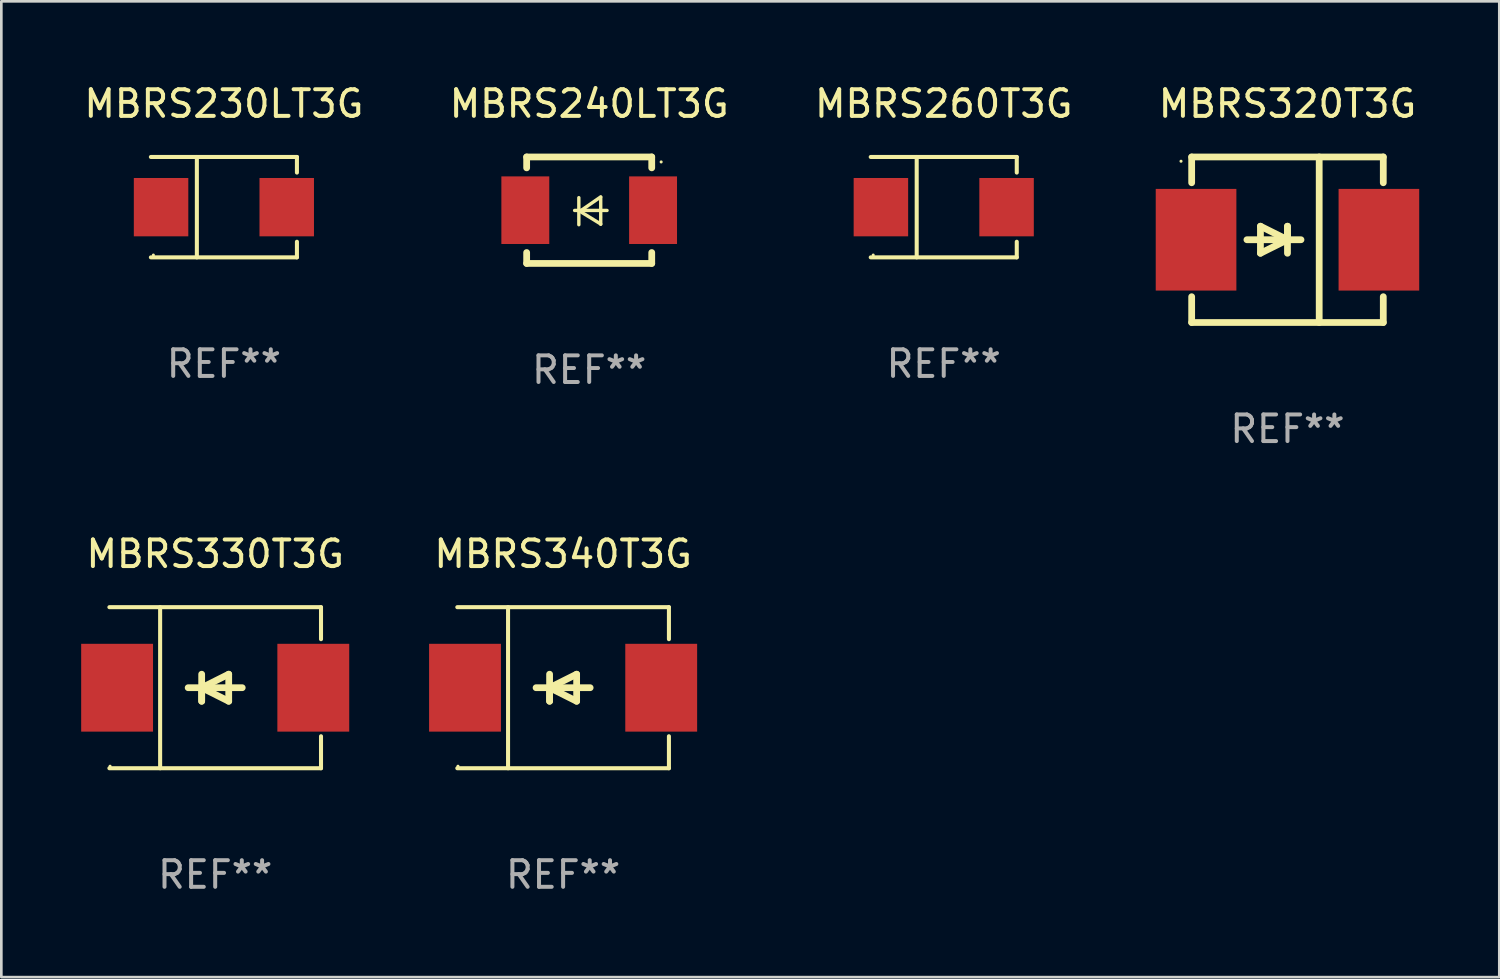
<source format=kicad_pcb>
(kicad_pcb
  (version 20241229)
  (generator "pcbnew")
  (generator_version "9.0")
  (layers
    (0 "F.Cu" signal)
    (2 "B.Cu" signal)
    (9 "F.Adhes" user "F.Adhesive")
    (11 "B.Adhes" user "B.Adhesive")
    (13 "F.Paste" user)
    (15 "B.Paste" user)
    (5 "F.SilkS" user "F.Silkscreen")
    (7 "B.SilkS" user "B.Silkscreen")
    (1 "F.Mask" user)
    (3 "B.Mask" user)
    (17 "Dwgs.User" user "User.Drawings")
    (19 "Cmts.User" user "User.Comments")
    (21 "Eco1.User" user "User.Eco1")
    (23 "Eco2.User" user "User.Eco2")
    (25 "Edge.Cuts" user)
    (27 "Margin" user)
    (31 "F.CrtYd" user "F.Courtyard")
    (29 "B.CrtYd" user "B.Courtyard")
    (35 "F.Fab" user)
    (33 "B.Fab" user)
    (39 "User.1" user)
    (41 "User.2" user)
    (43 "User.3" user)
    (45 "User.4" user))
  (footprint "MBRS320T3G"
    (layer "F.Cu")
    (at 45.327 5.958)
    (property "Reference" "MBRS320T3G" (at 0 -5.11 0) (layer "F.SilkS") (effects (font (size 1 1) (thickness 0.15))))
    (attr through_hole)
    (fp_line (start -3.6 -2.141) (end -3.6 -3.11) (stroke (width 0.254) (type solid)) (layer "F.SilkS"))
    (fp_line (start -3.6 3.11) (end -3.6 2.141) (stroke (width 0.254) (type solid)) (layer "F.SilkS"))
    (fp_line (start -1.524 0) (end 0.508 0) (stroke (width 0.254) (type solid)) (layer "F.SilkS"))
    (fp_line (start -1.016 -0.508) (end -1.016 0.508) (stroke (width 0.254) (type solid)) (layer "F.SilkS"))
    (fp_line (start -1.016 0.508) (end 0 0) (stroke (width 0.254) (type solid)) (layer "F.SilkS"))
    (fp_line (start 0 -0.508) (end 0 0.508) (stroke (width 0.254) (type solid)) (layer "F.SilkS"))
    (fp_line (start 0 0) (end -1.016 -0.508) (stroke (width 0.254) (type solid)) (layer "F.SilkS"))
    (fp_line (start 0 0) (end 0 -0.508) (stroke (width 0.254) (type solid)) (layer "F.SilkS"))
    (fp_line (start 1.192 3.11) (end 1.192 -3.11) (stroke (width 0.254) (type solid)) (layer "F.SilkS"))
    (fp_line (start 3.6 -3.11) (end -3.6 -3.11) (stroke (width 0.254) (type solid)) (layer "F.SilkS"))
    (fp_line (start 3.6 -2.141) (end 3.6 -3.11) (stroke (width 0.254) (type solid)) (layer "F.SilkS"))
    (fp_line (start 3.6 3.11) (end -3.6 3.11) (stroke (width 0.254) (type solid)) (layer "F.SilkS"))
    (fp_line (start 3.6 3.11) (end 3.6 2.141) (stroke (width 0.254) (type solid)) (layer "F.SilkS"))
    (fp_circle (center -4 -2.95) (end -3.97 -2.95) (stroke (width 0.06) (type solid)) (fill no) (layer "F.SilkS"))
    (fp_text user "REF**" (at 0 7.11 0) (layer "F.Fab") (effects (font (size 1 1) (thickness 0.15))))
    (pad "1" smd rect (at -3.435 0) (size 3.03 3.82) (layers "F.Cu" "F.Mask" "F.Paste"))
    (pad "2" smd rect (at 3.435 0) (size 3.03 3.82) (layers "F.Cu" "F.Mask" "F.Paste")))
  (footprint "MBRS260T3G"
    (layer "F.Cu")
    (at 32.411 4.734)
    (property "Reference" "MBRS260T3G" (at 0 -3.886 0) (layer "F.SilkS") (effects (font (size 1 1) (thickness 0.15))))
    (attr through_hole)
    (fp_line (start -2.744 -1.886) (end 2.744 -1.886) (stroke (width 0.152) (type solid)) (layer "F.SilkS"))
    (fp_line (start -2.744 1.886) (end 2.744 1.886) (stroke (width 0.152) (type solid)) (layer "F.SilkS"))
    (fp_line (start -1.016 -1.886) (end -1.016 1.886) (stroke (width 0.152) (type solid)) (layer "F.SilkS"))
    (fp_line (start 2.744 -1.886) (end 2.744 -1.299) (stroke (width 0.152) (type solid)) (layer "F.SilkS"))
    (fp_line (start 2.744 1.886) (end 2.744 1.299) (stroke (width 0.152) (type solid)) (layer "F.SilkS"))
    (fp_circle (center -2.65 1.8) (end -2.62 1.8) (stroke (width 0.06) (type solid)) (fill no) (layer "F.SilkS"))
    (fp_text user "REF**" (at 0 5.886 0) (layer "F.Fab") (effects (font (size 1 1) (thickness 0.15))))
    (pad "1" smd rect (at -2.361 0) (size 2.047 2.192) (layers "F.Cu" "F.Mask" "F.Paste"))
    (pad "2" smd rect (at 2.361 0) (size 2.047 2.192) (layers "F.Cu" "F.Mask" "F.Paste")))
  (footprint "MBRS330T3G"
    (layer "F.Cu")
    (at 5.036 22.791)
    (property "Reference" "MBRS330T3G" (at 0 -5.026 0) (layer "F.SilkS") (effects (font (size 1 1) (thickness 0.15))))
    (attr through_hole)
    (fp_line (start -3.976 -3.026) (end 3.976 -3.026) (stroke (width 0.152) (type solid)) (layer "F.SilkS"))
    (fp_line (start -3.976 3.026) (end 3.976 3.026) (stroke (width 0.152) (type solid)) (layer "F.SilkS"))
    (fp_line (start -2.069 -3.026) (end -2.069 3.026) (stroke (width 0.152) (type solid)) (layer "F.SilkS"))
    (fp_line (start -0.508 0) (end -0.508 0.508) (stroke (width 0.254) (type solid)) (layer "F.SilkS"))
    (fp_line (start -0.508 0) (end 0.508 0.508) (stroke (width 0.254) (type solid)) (layer "F.SilkS"))
    (fp_line (start -0.508 0.508) (end -0.508 -0.508) (stroke (width 0.254) (type solid)) (layer "F.SilkS"))
    (fp_line (start 0.508 -0.508) (end -0.508 0) (stroke (width 0.254) (type solid)) (layer "F.SilkS"))
    (fp_line (start 0.508 0.508) (end 0.508 -0.508) (stroke (width 0.254) (type solid)) (layer "F.SilkS"))
    (fp_line (start 1.016 0) (end -1.016 0) (stroke (width 0.254) (type solid)) (layer "F.SilkS"))
    (fp_line (start 3.976 -3.026) (end 3.976 -1.823) (stroke (width 0.152) (type solid)) (layer "F.SilkS"))
    (fp_line (start 3.976 3.026) (end 3.976 1.823) (stroke (width 0.152) (type solid)) (layer "F.SilkS"))
    (fp_circle (center -3.95 2.95) (end -3.92 2.95) (stroke (width 0.06) (type solid)) (fill no) (layer "F.SilkS"))
    (fp_text user "REF**" (at 0 7.026 0) (layer "F.Fab") (effects (font (size 1 1) (thickness 0.15))))
    (pad "1" smd rect (at -3.686 0) (size 2.7 3.3) (layers "F.Cu" "F.Mask" "F.Paste"))
    (pad "2" smd rect (at 3.686 0) (size 2.7 3.3) (layers "F.Cu" "F.Mask" "F.Paste")))
  (footprint "MBRS240LT3G"
    (layer "F.Cu")
    (at 19.089 4.848)
    (property "Reference" "MBRS240LT3G" (at 0 -4 0) (layer "F.SilkS") (effects (font (size 1 1) (thickness 0.15))))
    (attr through_hole)
    (fp_line (start -2.35 -2) (end -2.35 -1.591) (stroke (width 0.254) (type solid)) (layer "F.SilkS"))
    (fp_line (start -2.35 -2) (end 2.35 -2) (stroke (width 0.254) (type solid)) (layer "F.SilkS"))
    (fp_line (start -2.35 1.591) (end -2.35 2) (stroke (width 0.254) (type solid)) (layer "F.SilkS"))
    (fp_line (start -2.35 2) (end 2.35 2) (stroke (width 0.254) (type solid)) (layer "F.SilkS"))
    (fp_line (start -0.548 0.01) (end 0.671 0.01) (stroke (width 0.127) (type solid)) (layer "F.SilkS"))
    (fp_line (start -0.389 -0.47) (end -0.389 0.546) (stroke (width 0.127) (type solid)) (layer "F.SilkS"))
    (fp_line (start -0.35 0.04) (end 0.433 0.52) (stroke (width 0.127) (type solid)) (layer "F.SilkS"))
    (fp_line (start 0.433 -0.5) (end -0.35 0.04) (stroke (width 0.127) (type solid)) (layer "F.SilkS"))
    (fp_line (start 0.433 0.53) (end 0.433 -0.486) (stroke (width 0.127) (type solid)) (layer "F.SilkS"))
    (fp_line (start 2.35 -2) (end 2.35 -1.591) (stroke (width 0.254) (type solid)) (layer "F.SilkS"))
    (fp_line (start 2.35 1.591) (end 2.35 2) (stroke (width 0.254) (type solid)) (layer "F.SilkS"))
    (fp_circle (center 2.704 -1.813) (end 2.734 -1.813) (stroke (width 0.06) (type solid)) (fill no) (layer "F.SilkS"))
    (fp_text user "REF**" (at 0 6 0) (layer "F.Fab") (effects (font (size 1 1) (thickness 0.15))))
    (pad "1" smd rect (at 2.4 0) (size 1.8 2.54) (layers "F.Cu" "F.Mask" "F.Paste"))
    (pad "2" smd rect (at -2.4 0) (size 1.8 2.54) (layers "F.Cu" "F.Mask" "F.Paste")))
  (footprint "MBRS230LT3G"
    (layer "F.Cu")
    (at 5.363 4.734)
    (property "Reference" "MBRS230LT3G" (at 0 -3.886 0) (layer "F.SilkS") (effects (font (size 1 1) (thickness 0.15))))
    (attr through_hole)
    (fp_line (start -2.744 -1.886) (end 2.744 -1.886) (stroke (width 0.152) (type solid)) (layer "F.SilkS"))
    (fp_line (start -2.744 1.886) (end 2.744 1.886) (stroke (width 0.152) (type solid)) (layer "F.SilkS"))
    (fp_line (start -1.016 -1.886) (end -1.016 1.886) (stroke (width 0.152) (type solid)) (layer "F.SilkS"))
    (fp_line (start 2.744 -1.886) (end 2.744 -1.299) (stroke (width 0.152) (type solid)) (layer "F.SilkS"))
    (fp_line (start 2.744 1.886) (end 2.744 1.299) (stroke (width 0.152) (type solid)) (layer "F.SilkS"))
    (fp_circle (center -2.65 1.8) (end -2.62 1.8) (stroke (width 0.06) (type solid)) (fill no) (layer "F.SilkS"))
    (fp_text user "REF**" (at 0 5.886 0) (layer "F.Fab") (effects (font (size 1 1) (thickness 0.15))))
    (pad "1" smd rect (at -2.361 0) (size 2.047 2.192) (layers "F.Cu" "F.Mask" "F.Paste"))
    (pad "2" smd rect (at 2.361 0) (size 2.047 2.192) (layers "F.Cu" "F.Mask" "F.Paste")))
  (footprint "MBRS340T3G"
    (layer "F.Cu")
    (at 18.109 22.791)
    (property "Reference" "MBRS340T3G" (at 0 -5.026 0) (layer "F.SilkS") (effects (font (size 1 1) (thickness 0.15))))
    (attr through_hole)
    (fp_line (start -3.976 -3.026) (end 3.976 -3.026) (stroke (width 0.152) (type solid)) (layer "F.SilkS"))
    (fp_line (start -3.976 3.026) (end 3.976 3.026) (stroke (width 0.152) (type solid)) (layer "F.SilkS"))
    (fp_line (start -2.069 -3.026) (end -2.069 3.026) (stroke (width 0.152) (type solid)) (layer "F.SilkS"))
    (fp_line (start -0.508 0) (end -0.508 0.508) (stroke (width 0.254) (type solid)) (layer "F.SilkS"))
    (fp_line (start -0.508 0) (end 0.508 0.508) (stroke (width 0.254) (type solid)) (layer "F.SilkS"))
    (fp_line (start -0.508 0.508) (end -0.508 -0.508) (stroke (width 0.254) (type solid)) (layer "F.SilkS"))
    (fp_line (start 0.508 -0.508) (end -0.508 0) (stroke (width 0.254) (type solid)) (layer "F.SilkS"))
    (fp_line (start 0.508 0.508) (end 0.508 -0.508) (stroke (width 0.254) (type solid)) (layer "F.SilkS"))
    (fp_line (start 1.016 0) (end -1.016 0) (stroke (width 0.254) (type solid)) (layer "F.SilkS"))
    (fp_line (start 3.976 -3.026) (end 3.976 -1.823) (stroke (width 0.152) (type solid)) (layer "F.SilkS"))
    (fp_line (start 3.976 3.026) (end 3.976 1.823) (stroke (width 0.152) (type solid)) (layer "F.SilkS"))
    (fp_circle (center -3.95 2.95) (end -3.92 2.95) (stroke (width 0.06) (type solid)) (fill no) (layer "F.SilkS"))
    (fp_text user "REF**" (at 0 7.026 0) (layer "F.Fab") (effects (font (size 1 1) (thickness 0.15))))
    (pad "1" smd rect (at -3.686 0) (size 2.7 3.3) (layers "F.Cu" "F.Mask" "F.Paste"))
    (pad "2" smd rect (at 3.686 0) (size 2.7 3.3) (layers "F.Cu" "F.Mask" "F.Paste")))
  (gr_rect
    (start -3 -3)
    (end 53.286 33.665)
    (stroke (width 0.1) (type default))
    (fill no)
    (layer "Edge.Cuts")))
</source>
